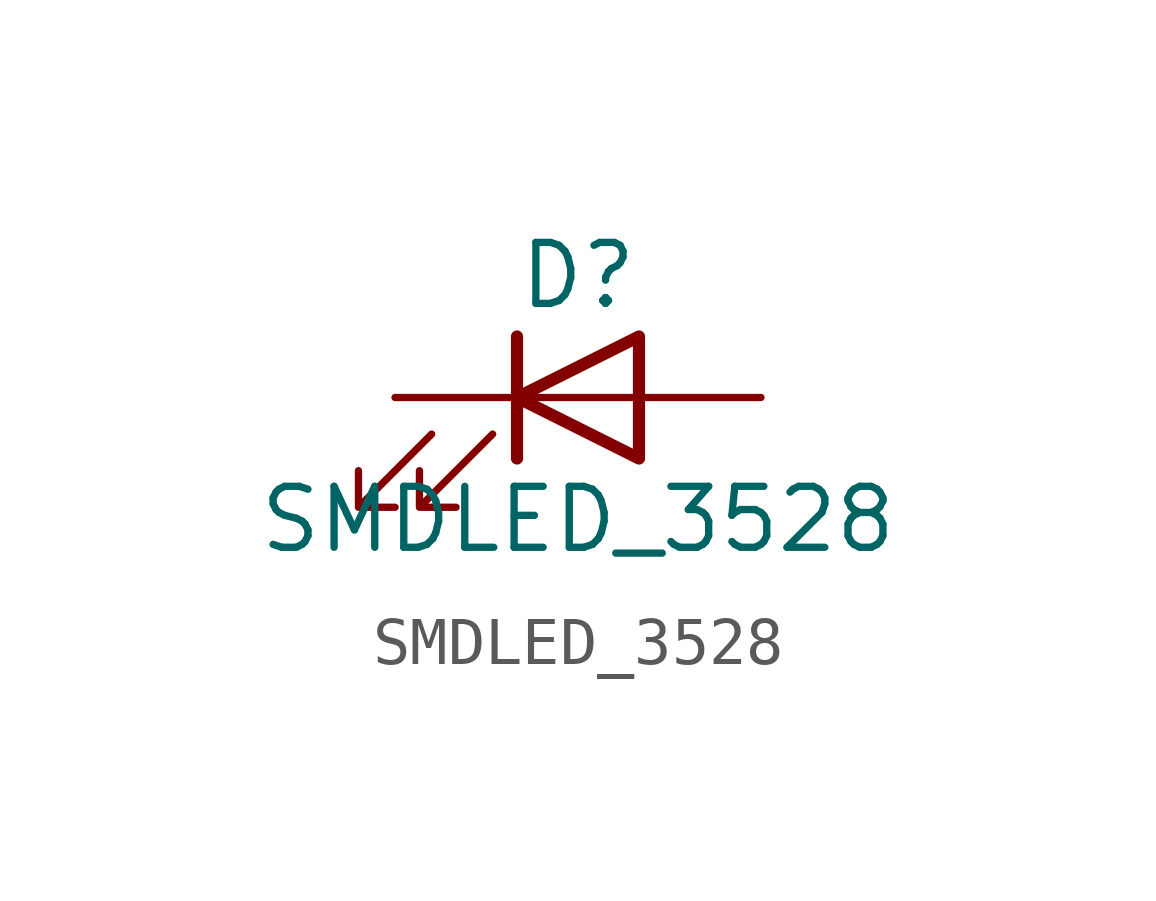
<source format=kicad_sym>
(kicad_symbol_lib
  (version 20231120)
  (generator "kicad_symbol_editor")
  (generator_version "8.0")
  (symbol "SMDLED_3528"
    (pin_numbers hide)
    (pin_names
      (offset 1.016) hide)
    (property "Reference" "D"
      (at 3.81 2.54 0)
      (effects (font (size 1.27 1.27))))
    (property "Value" "SMDLED_3528"
      (at 3.81 -2.54 0)
      (effects (font (size 1.27 1.27))))
    (symbol "SMDLED_3528_0_1"
      (polyline (pts (xy 2.54 -1.27) (xy 2.54 1.27)) (stroke (width 0.254) (type default)) (fill (type none)))
      (polyline (pts (xy 2.54 0) (xy 5.08 0)) (stroke (width 0) (type default)) (fill (type none)))
      (polyline (pts (xy 5.08 -1.27) (xy 5.08 1.27) (xy 2.54 0) (xy 5.08 -1.27)) (stroke (width 0.254) (type default)) (fill (type none)))
      (polyline (pts (xy 0.762 -0.762) (xy -0.762 -2.286) (xy 0 -2.286) (xy -0.762 -2.286) (xy -0.762 -1.524)) (stroke (width 0) (type default)) (fill (type none)))
      (polyline (pts (xy 2.032 -0.762) (xy 0.508 -2.286) (xy 1.27 -2.286) (xy 0.508 -2.286) (xy 0.508 -1.524)) (stroke (width 0) (type default)) (fill (type none))))
    (symbol "SMDLED_3528_1_1"
      (pin passive line (at 0 0 0) (length 2.54) (name "K" (effects (font (size 1.27 1.27)))) (number "1" (effects (font (size 1.27 1.27)))))
      (pin passive line (at 7.62 0 180) (length 2.54) (name "A" (effects (font (size 1.27 1.27)))) (number "2" (effects (font (size 1.27 1.27))))))))
</source>
